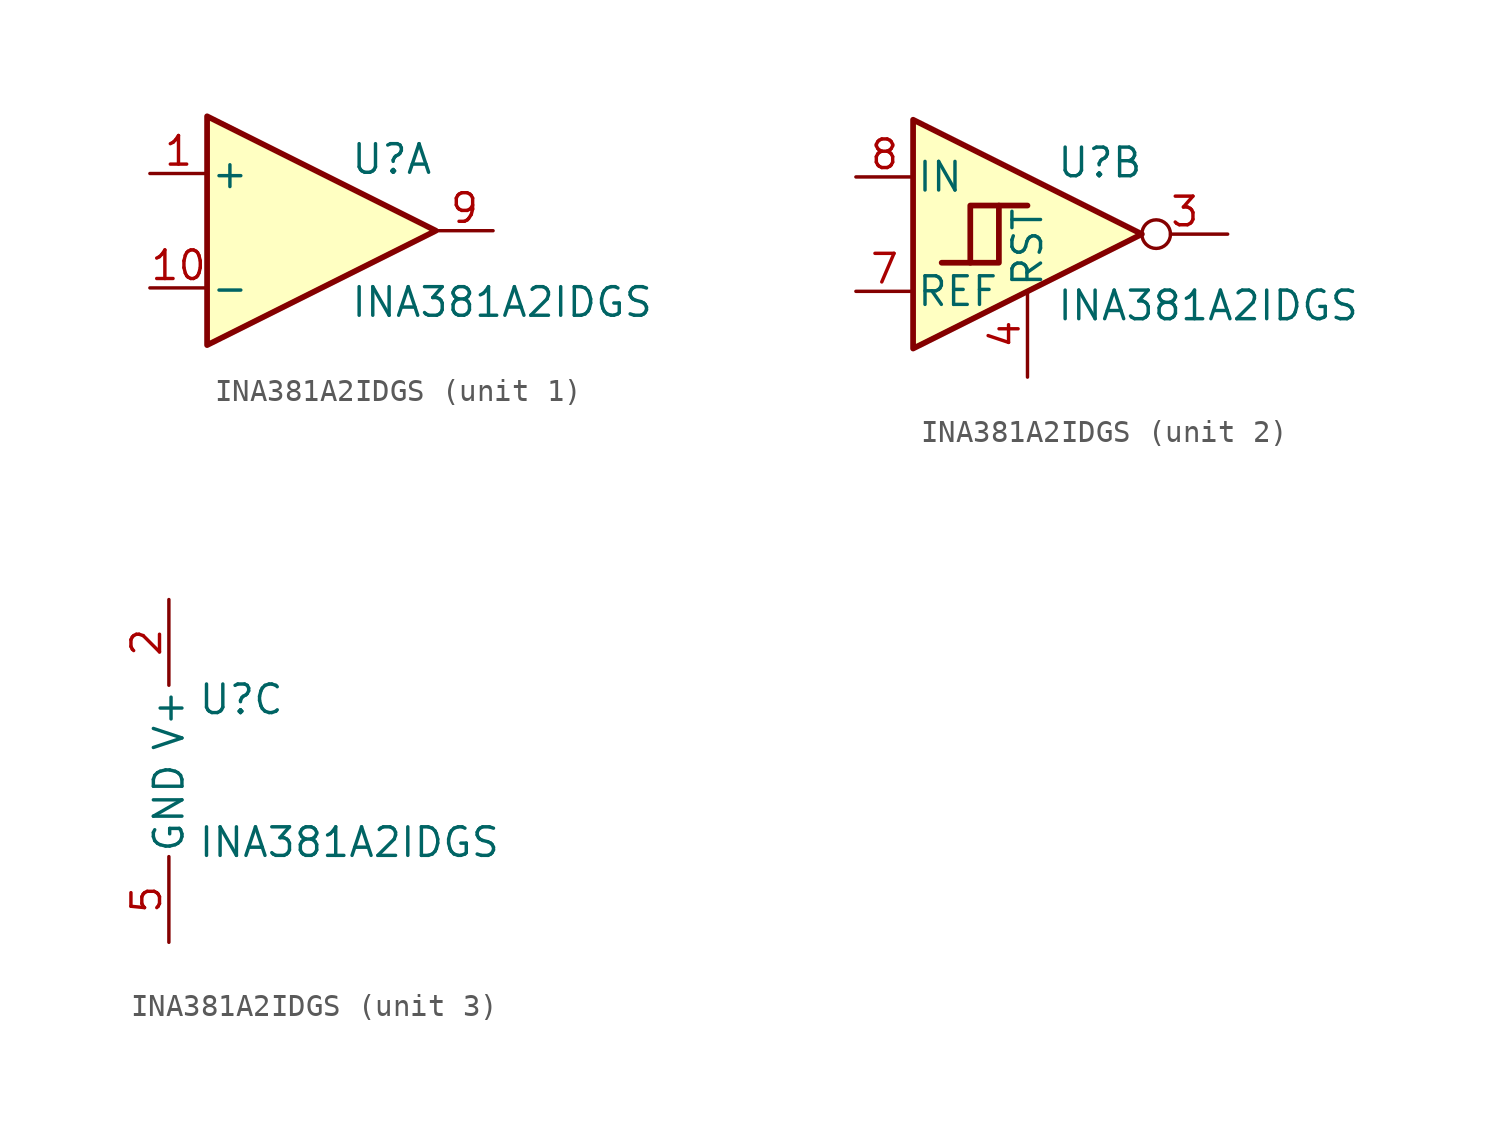
<source format=kicad_sym>
(kicad_symbol_lib
  (version 20220914)
  (generator kicad_db_lib)
  (symbol "INA381A2IDGS"
    (pin_names
      (offset 0.127))
    (property "Reference" "U"
      (at 1.27 3.175 0)
      (effects (font (size 1.27 1.27)) (justify left)))
    (property "Value" "INA381A2IDGS"
      (at 1.27 -3.175 0)
      (effects (font (size 1.27 1.27)) (justify left)))
    (property "ki_locked" ""
      (at 0 0 0)
      (effects (font (size 1.27 1.27))))
    (symbol "INA381A2IDGS_1_1"
      (polyline (pts (xy -5.08 5.08) (xy 5.08 0) (xy -5.08 -5.08) (xy -5.08 5.08)) (stroke (width 0.254) (type default)) (fill (type background)))
      (pin input line (at -7.62 2.54 0) (length 2.54) (name "+" (effects (font (size 1.27 1.27)))) (number "1" (effects (font (size 1.27 1.27)))))
      (pin input line (at -7.62 -2.54 0) (length 2.54) (name "-" (effects (font (size 1.27 1.27)))) (number "10" (effects (font (size 1.27 1.27)))))
      (pin no_connect line (at -2.54 -3.81 90) (length 2.54) hide (name "NC" (effects (font (size 1.27 1.27)))) (number "6" (effects (font (size 1.27 1.27)))))
      (pin output line (at 7.62 0 180) (length 2.54) (name "~" (effects (font (size 1.27 1.27)))) (number "9" (effects (font (size 1.27 1.27))))))
    (symbol "INA381A2IDGS_2_1"
      (polyline (pts (xy -2.54 -1.27) (xy -1.27 -1.27) (xy -1.27 1.27)) (stroke (width 0.254) (type default)) (fill (type background)))
      (polyline (pts (xy -5.08 5.08) (xy 5.08 0) (xy -5.08 -5.08) (xy -5.08 5.08)) (stroke (width 0.254) (type default)) (fill (type background)))
      (polyline (pts (xy -3.81 -1.27) (xy -2.54 -1.27) (xy -2.54 1.27) (xy 0 1.27)) (stroke (width 0.254) (type default)) (fill (type background)))
      (pin open_collector inverted (at 8.89 0 180) (length 3.81) (name "~" (effects (font (size 1.27 1.27)))) (number "3" (effects (font (size 1.27 1.27)))))
      (pin input line (at 0 -6.35 90) (length 3.81) (name "RST" (effects (font (size 1.27 1.27)))) (number "4" (effects (font (size 1.27 1.27)))))
      (pin input line (at -7.62 -2.54 0) (length 2.54) (name "REF" (effects (font (size 1.27 1.27)))) (number "7" (effects (font (size 1.27 1.27)))))
      (pin input line (at -7.62 2.54 0) (length 2.54) (name "IN" (effects (font (size 1.27 1.27)))) (number "8" (effects (font (size 1.27 1.27))))))
    (symbol "INA381A2IDGS_3_1"
      (pin power_in line (at 0 7.62 270) (length 3.81) (name "V+" (effects (font (size 1.27 1.27)))) (number "2" (effects (font (size 1.27 1.27)))))
      (pin power_in line (at 0 -7.62 90) (length 3.81) (name "GND" (effects (font (size 1.27 1.27)))) (number "5" (effects (font (size 1.27 1.27))))))))
</source>
